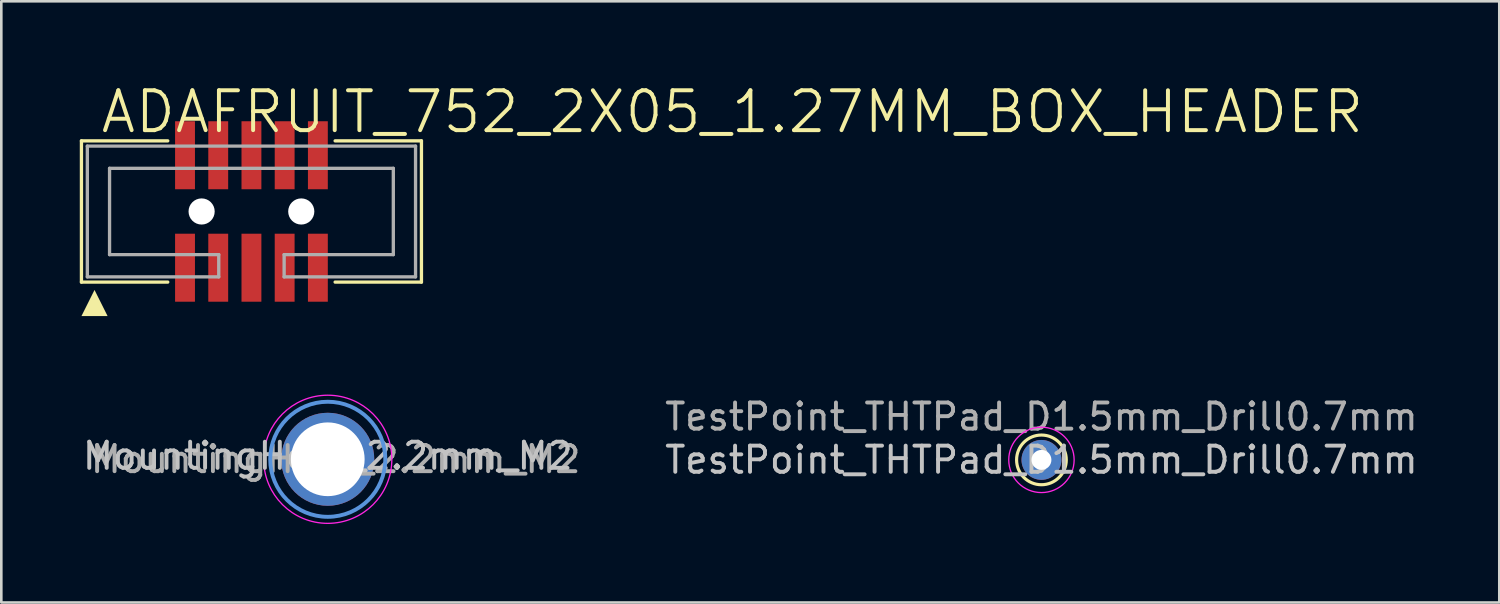
<source format=kicad_pcb>
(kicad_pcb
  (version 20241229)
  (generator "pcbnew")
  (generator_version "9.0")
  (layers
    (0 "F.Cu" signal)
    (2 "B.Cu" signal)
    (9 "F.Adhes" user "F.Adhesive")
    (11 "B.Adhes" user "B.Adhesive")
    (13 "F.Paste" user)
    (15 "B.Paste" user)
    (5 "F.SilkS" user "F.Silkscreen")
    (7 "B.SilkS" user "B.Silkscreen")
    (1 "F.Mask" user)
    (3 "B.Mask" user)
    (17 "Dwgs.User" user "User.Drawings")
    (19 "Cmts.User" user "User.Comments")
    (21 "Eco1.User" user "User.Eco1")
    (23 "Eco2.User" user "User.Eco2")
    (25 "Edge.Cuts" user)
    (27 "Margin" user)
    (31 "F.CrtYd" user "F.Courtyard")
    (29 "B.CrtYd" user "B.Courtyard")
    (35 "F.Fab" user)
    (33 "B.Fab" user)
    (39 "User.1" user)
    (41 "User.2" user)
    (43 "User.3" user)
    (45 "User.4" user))
  (footprint "ADAFRUIT_752_2X05_1.27MM_BOX_HEADER"
    (layer "F.Cu")
    (at 6.564 5.036)
    (property "Reference" "ADAFRUIT_752_2X05_1.27MM_BOX_HEADER" (at -5.842 -4.699 180) (layer "F.SilkS") (effects (font (size 1.524 1.524) (thickness 0.152)) (justify left top)))
    (attr through_hole)
    (fp_line (start -6.5 -2.7) (end -6.5 2.7) (stroke (width 0.127) (type solid)) (layer "F.SilkS"))
    (fp_line (start -6.5 2.7) (end -3.2 2.7) (stroke (width 0.127) (type solid)) (layer "F.SilkS"))
    (fp_line (start -3.2 -2.7) (end -6.5 -2.7) (stroke (width 0.127) (type solid)) (layer "F.SilkS"))
    (fp_line (start 3.2 -2.7) (end 6.5 -2.7) (stroke (width 0.127) (type solid)) (layer "F.SilkS"))
    (fp_line (start 6.5 -2.7) (end 6.5 2.7) (stroke (width 0.127) (type solid)) (layer "F.SilkS"))
    (fp_line (start 6.5 2.7) (end 3.2 2.7) (stroke (width 0.127) (type solid)) (layer "F.SilkS"))
    (fp_poly (pts (xy -6.5 4) (xy -5.5 4) (xy -6 3)) (stroke (width 0) (type solid)) (fill yes) (layer "F.SilkS"))
    (fp_line (start -6.275 -2.5) (end 6.275 -2.5) (stroke (width 0.127) (type solid)) (layer "F.Fab"))
    (fp_line (start -6.275 2.5) (end -6.275 -2.5) (stroke (width 0.127) (type solid)) (layer "F.Fab"))
    (fp_line (start -5.425 -1.65) (end 5.425 -1.65) (stroke (width 0.127) (type solid)) (layer "F.Fab"))
    (fp_line (start -5.425 1.65) (end -5.425 -1.65) (stroke (width 0.127) (type solid)) (layer "F.Fab"))
    (fp_line (start -1.25 1.65) (end -5.425 1.65) (stroke (width 0.127) (type solid)) (layer "F.Fab"))
    (fp_line (start -1.25 1.65) (end -1.25 2.5) (stroke (width 0.127) (type solid)) (layer "F.Fab"))
    (fp_line (start -1.25 2.5) (end -6.275 2.5) (stroke (width 0.127) (type solid)) (layer "F.Fab"))
    (fp_line (start 1.25 1.65) (end 1.25 2.5) (stroke (width 0.127) (type solid)) (layer "F.Fab"))
    (fp_line (start 5.425 -1.65) (end 5.425 1.65) (stroke (width 0.127) (type solid)) (layer "F.Fab"))
    (fp_line (start 5.425 1.65) (end 1.25 1.65) (stroke (width 0.127) (type solid)) (layer "F.Fab"))
    (fp_line (start 6.275 -2.5) (end 6.275 2.5) (stroke (width 0.127) (type solid)) (layer "F.Fab"))
    (fp_line (start 6.275 2.5) (end 1.25 2.5) (stroke (width 0.127) (type solid)) (layer "F.Fab"))
    (pad "" np_thru_hole circle (at -1.905 0) (size 1 1) (drill 1) (layers "*.Cu" "*.Mask"))
    (pad "" np_thru_hole circle (at 1.905 0) (size 1 1) (drill 1) (layers "*.Cu" "*.Mask"))
    (pad "1" smd rect (at -2.54 2.15) (size 0.76 2.6) (layers "F.Cu" "F.Mask" "F.Paste"))
    (pad "2" smd rect (at -2.54 -2.15) (size 0.76 2.6) (layers "F.Cu" "F.Mask" "F.Paste"))
    (pad "3" smd rect (at -1.27 2.15) (size 0.76 2.6) (layers "F.Cu" "F.Mask" "F.Paste"))
    (pad "4" smd rect (at -1.27 -2.15) (size 0.76 2.6) (layers "F.Cu" "F.Mask" "F.Paste"))
    (pad "5" smd rect (at 0 2.15) (size 0.76 2.6) (layers "F.Cu" "F.Mask" "F.Paste"))
    (pad "6" smd rect (at 0 -2.15) (size 0.76 2.6) (layers "F.Cu" "F.Mask" "F.Paste"))
    (pad "7" smd rect (at 1.27 2.15) (size 0.76 2.6) (layers "F.Cu" "F.Mask" "F.Paste"))
    (pad "8" smd rect (at 1.27 -2.15) (size 0.76 2.6) (layers "F.Cu" "F.Mask" "F.Paste"))
    (pad "9" smd rect (at 2.54 2.15) (size 0.76 2.6) (layers "F.Cu" "F.Mask" "F.Paste"))
    (pad "10" smd rect (at 2.54 -2.15) (size 0.76 2.6) (layers "F.Cu" "F.Mask" "F.Paste")))
  (footprint "TestPoint_THTPad_D1.5mm_Drill0.7mm"
    (layer "F.Cu")
    (at 36.77 14.534)
    (property "Reference" "TestPoint_THTPad_D1.5mm_Drill0.7mm" (at 0 0 0) (layer "Dwgs.User") (effects (font (size 1 1) (thickness 0.15))))
    (attr exclude_from_pos_files exclude_from_bom)
    (fp_circle (center 0 0) (end 0 0.95) (stroke (width 0.12) (type solid)) (fill no) (layer "F.SilkS"))
    (fp_circle (center 0 0) (end 1.25 0) (stroke (width 0.05) (type solid)) (fill no) (layer "F.CrtYd"))
    (fp_text user "${REFERENCE}" (at 0 -1.65 0) (layer "F.Fab") (effects (font (size 1 1) (thickness 0.15))))
    (pad "1" thru_hole circle (at 0 0) (size 1.524 1.524) (drill 0.762) (layers "*.Cu" "*.Mask")))
  (footprint "MountingHole_2.2mm_M2"
    (layer "F.Cu")
    (at 9.482 14.511)
    (property "Reference" "MountingHole_2.2mm_M2" (at 0 -0.127 0) (layer "Dwgs.User") (effects (font (size 1 1) (thickness 0.15))))
    (attr exclude_from_pos_files exclude_from_bom)
    (fp_circle (center 0 0) (end 2.2 0) (stroke (width 0.15) (type solid)) (fill no) (layer "Cmts.User"))
    (fp_circle (center 0 0) (end 2.45 0) (stroke (width 0.05) (type solid)) (fill no) (layer "F.CrtYd"))
    (fp_text user "${REFERENCE}" (at 0.3 0 0) (layer "F.Fab") (effects (font (size 1 1) (thickness 0.15))))
    (pad "" thru_hole circle (at 0 0) (size 3.556 3.556) (drill 2.819) (layers "*.Cu" "*.Mask")))
  (gr_rect
    (start -3 -3)
    (end 54.276 19.986)
    (stroke (width 0.1) (type default))
    (fill no)
    (layer "Edge.Cuts")))
</source>
